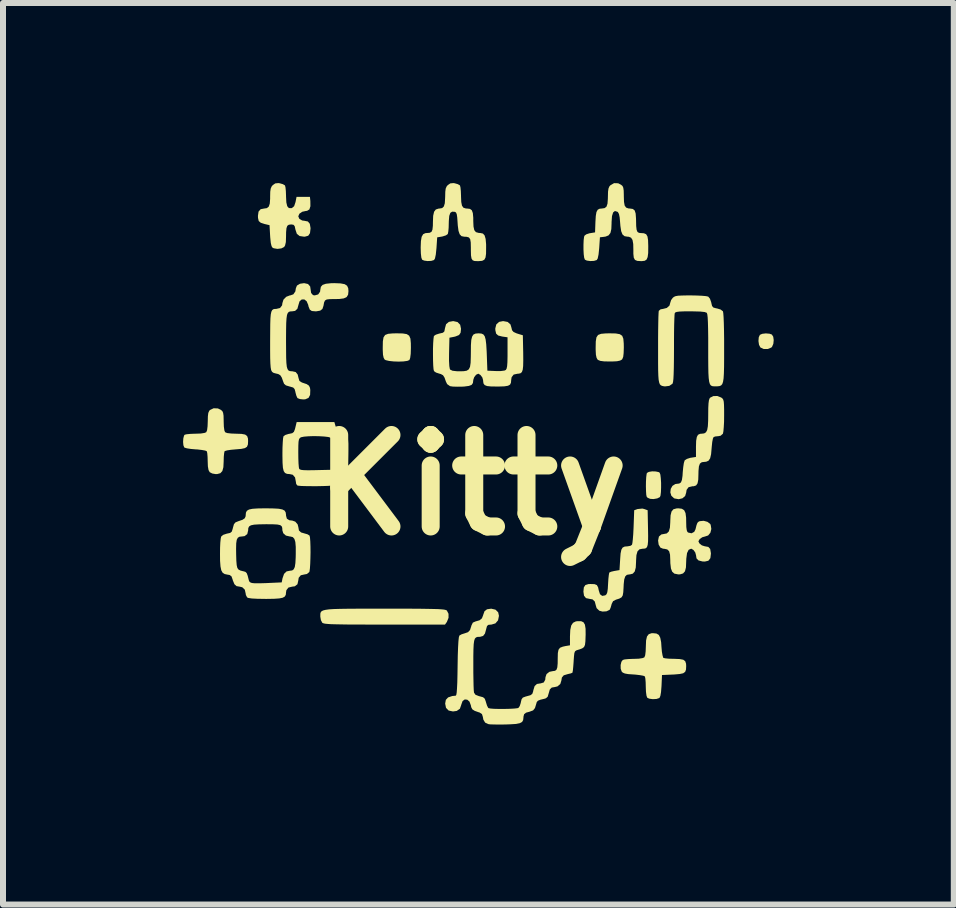
<source format=kicad_pcb>
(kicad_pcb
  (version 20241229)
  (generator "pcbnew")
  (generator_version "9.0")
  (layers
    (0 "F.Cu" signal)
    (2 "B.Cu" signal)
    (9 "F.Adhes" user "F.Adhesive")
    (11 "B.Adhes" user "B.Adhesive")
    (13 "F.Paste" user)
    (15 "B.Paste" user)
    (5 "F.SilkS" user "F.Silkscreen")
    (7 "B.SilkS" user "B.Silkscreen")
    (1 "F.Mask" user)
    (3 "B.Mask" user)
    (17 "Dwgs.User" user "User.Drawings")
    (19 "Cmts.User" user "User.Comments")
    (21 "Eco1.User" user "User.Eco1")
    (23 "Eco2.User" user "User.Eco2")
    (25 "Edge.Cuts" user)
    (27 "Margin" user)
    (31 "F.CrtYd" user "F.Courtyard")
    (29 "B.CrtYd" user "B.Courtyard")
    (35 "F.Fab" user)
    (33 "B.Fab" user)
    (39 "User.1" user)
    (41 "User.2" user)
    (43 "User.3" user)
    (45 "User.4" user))
  (footprint "Kitty"
    (layer "F.Cu")
    (at 4.814 5.031)
    (property "Reference" "Kitty" (at 0 0 0) (layer "F.SilkS") (effects (font (size 1.524 1.524) (thickness 0.3))))
    (attr board_only exclude_from_pos_files exclude_from_bom)
    (fp_poly (pts (xy 4.954 -2.522) (xy 4.994 -2.508) (xy 5.017 -2.472) (xy 5.025 -2.416) (xy 5.019 -2.354) (xy 4.998 -2.305) (xy 4.985 -2.291) (xy 4.925 -2.267) (xy 4.858 -2.267) (xy 4.805 -2.292) (xy 4.802 -2.295) (xy 4.78 -2.338) (xy 4.771 -2.4) (xy 4.776 -2.462) (xy 4.795 -2.503) (xy 4.834 -2.52) (xy 4.893 -2.527)) (stroke (width 0) (type solid)) (fill yes) (layer "F.SilkS"))
    (fp_poly (pts (xy 3.06 -0.227) (xy 3.11 -0.216) (xy 3.125 -0.206) (xy 3.137 -0.174) (xy 3.144 -0.115) (xy 3.149 -0.038) (xy 3.149 0.043) (xy 3.146 0.118) (xy 3.139 0.175) (xy 3.129 0.2) (xy 3.085 0.222) (xy 3.022 0.233) (xy 2.966 0.229) (xy 2.925 0.211) (xy 2.91 0.196) (xy 2.902 0.163) (xy 2.898 0.102) (xy 2.896 0.024) (xy 2.897 -0.057) (xy 2.901 -0.131) (xy 2.908 -0.184) (xy 2.913 -0.202) (xy 2.945 -0.22) (xy 3 -0.229)) (stroke (width 0) (type solid)) (fill yes) (layer "F.SilkS"))
    (fp_poly (pts (xy -1.154 -2.526) (xy -1.088 -2.515) (xy -1.048 -2.489) (xy -1.027 -2.441) (xy -1.02 -2.364) (xy -1.019 -2.286) (xy -1.022 -2.187) (xy -1.031 -2.118) (xy -1.044 -2.083) (xy -1.079 -2.069) (xy -1.143 -2.06) (xy -1.223 -2.057) (xy -1.307 -2.06) (xy -1.382 -2.068) (xy -1.437 -2.081) (xy -1.456 -2.091) (xy -1.473 -2.121) (xy -1.484 -2.172) (xy -1.488 -2.254) (xy -1.488 -2.293) (xy -1.486 -2.394) (xy -1.475 -2.461) (xy -1.448 -2.501) (xy -1.398 -2.52) (xy -1.319 -2.527) (xy -1.254 -2.528)) (stroke (width 0) (type solid)) (fill yes) (layer "F.SilkS"))
    (fp_poly (pts (xy 2.394 -2.526) (xy 2.461 -2.514) (xy 2.501 -2.487) (xy 2.52 -2.438) (xy 2.527 -2.358) (xy 2.528 -2.293) (xy 2.525 -2.199) (xy 2.518 -2.137) (xy 2.503 -2.1) (xy 2.496 -2.091) (xy 2.466 -2.074) (xy 2.414 -2.063) (xy 2.333 -2.059) (xy 2.293 -2.059) (xy 2.199 -2.061) (xy 2.137 -2.069) (xy 2.1 -2.084) (xy 2.091 -2.091) (xy 2.074 -2.121) (xy 2.063 -2.172) (xy 2.059 -2.254) (xy 2.059 -2.293) (xy 2.061 -2.394) (xy 2.072 -2.461) (xy 2.099 -2.501) (xy 2.149 -2.52) (xy 2.228 -2.527) (xy 2.293 -2.528)) (stroke (width 0) (type solid)) (fill yes) (layer "F.SilkS"))
    (fp_poly (pts (xy -1.474 2.059) (xy -1.458 2.059) (xy -1.226 2.059) (xy -1.033 2.059) (xy -0.873 2.06) (xy -0.744 2.062) (xy -0.642 2.064) (xy -0.565 2.066) (xy -0.507 2.07) (xy -0.467 2.074) (xy -0.441 2.08) (xy -0.425 2.086) (xy -0.419 2.091) (xy -0.392 2.144) (xy -0.392 2.211) (xy -0.418 2.276) (xy -0.419 2.279) (xy -0.451 2.324) (xy -1.457 2.324) (xy -1.688 2.324) (xy -1.882 2.323) (xy -2.042 2.323) (xy -2.171 2.321) (xy -2.273 2.319) (xy -2.35 2.317) (xy -2.408 2.313) (xy -2.448 2.309) (xy -2.474 2.303) (xy -2.49 2.297) (xy -2.496 2.292) (xy -2.518 2.25) (xy -2.528 2.193) (xy -2.528 2.191) (xy -2.528 2.162) (xy -2.527 2.138) (xy -2.52 2.117) (xy -2.506 2.101) (xy -2.48 2.088) (xy -2.439 2.078) (xy -2.381 2.07) (xy -2.302 2.065) (xy -2.198 2.062) (xy -2.066 2.06) (xy -1.904 2.059) (xy -1.708 2.059)) (stroke (width 0) (type solid)) (fill yes) (layer "F.SilkS"))
    (fp_poly (pts (xy 3.072 2.473) (xy 3.111 2.496) (xy 3.135 2.543) (xy 3.15 2.619) (xy 3.155 2.693) (xy 3.162 2.773) (xy 3.173 2.837) (xy 3.184 2.874) (xy 3.188 2.879) (xy 3.218 2.886) (xy 3.277 2.892) (xy 3.353 2.894) (xy 3.365 2.894) (xy 3.458 2.898) (xy 3.518 2.909) (xy 3.551 2.934) (xy 3.565 2.976) (xy 3.567 3.016) (xy 3.564 3.073) (xy 3.55 3.111) (xy 3.517 3.135) (xy 3.46 3.147) (xy 3.371 3.155) (xy 3.347 3.156) (xy 3.164 3.164) (xy 3.156 3.347) (xy 3.148 3.448) (xy 3.137 3.512) (xy 3.122 3.545) (xy 3.118 3.548) (xy 3.071 3.563) (xy 3.009 3.566) (xy 2.952 3.558) (xy 2.919 3.543) (xy 2.906 3.509) (xy 2.897 3.443) (xy 2.894 3.365) (xy 2.892 3.287) (xy 2.887 3.225) (xy 2.88 3.19) (xy 2.879 3.188) (xy 2.853 3.176) (xy 2.797 3.166) (xy 2.721 3.157) (xy 2.693 3.155) (xy 2.603 3.149) (xy 2.546 3.139) (xy 2.511 3.124) (xy 2.493 3.107) (xy 2.476 3.059) (xy 2.475 2.998) (xy 2.488 2.943) (xy 2.511 2.913) (xy 2.543 2.904) (xy 2.604 2.898) (xy 2.681 2.895) (xy 2.692 2.895) (xy 2.778 2.892) (xy 2.841 2.882) (xy 2.87 2.87) (xy 2.884 2.836) (xy 2.892 2.769) (xy 2.895 2.688) (xy 2.899 2.588) (xy 2.914 2.522) (xy 2.943 2.484) (xy 2.989 2.468) (xy 3.015 2.467)) (stroke (width 0) (type solid)) (fill yes) (layer "F.SilkS"))
    (fp_poly (pts (xy -4.234 -1.277) (xy -4.184 -1.253) (xy -4.16 -1.232) (xy -4.147 -1.203) (xy -4.14 -1.156) (xy -4.138 -1.08) (xy -4.138 -1.063) (xy -4.135 -0.974) (xy -4.126 -0.91) (xy -4.114 -0.881) (xy -4.08 -0.867) (xy -4.013 -0.859) (xy -3.934 -0.856) (xy -3.841 -0.853) (xy -3.781 -0.842) (xy -3.747 -0.817) (xy -3.733 -0.776) (xy -3.731 -0.735) (xy -3.734 -0.677) (xy -3.75 -0.638) (xy -3.784 -0.616) (xy -3.844 -0.603) (xy -3.938 -0.595) (xy -4.017 -0.588) (xy -4.081 -0.578) (xy -4.118 -0.567) (xy -4.123 -0.563) (xy -4.13 -0.532) (xy -4.136 -0.473) (xy -4.138 -0.399) (xy -4.138 -0.394) (xy -4.143 -0.297) (xy -4.16 -0.234) (xy -4.193 -0.198) (xy -4.245 -0.184) (xy -4.271 -0.183) (xy -4.328 -0.193) (xy -4.371 -0.215) (xy -4.371 -0.216) (xy -4.39 -0.25) (xy -4.401 -0.312) (xy -4.404 -0.394) (xy -4.406 -0.469) (xy -4.411 -0.53) (xy -4.418 -0.562) (xy -4.419 -0.563) (xy -4.445 -0.575) (xy -4.501 -0.585) (xy -4.577 -0.594) (xy -4.603 -0.595) (xy -4.683 -0.602) (xy -4.749 -0.612) (xy -4.789 -0.624) (xy -4.794 -0.627) (xy -4.809 -0.663) (xy -4.814 -0.719) (xy -4.81 -0.779) (xy -4.798 -0.825) (xy -4.787 -0.839) (xy -4.754 -0.847) (xy -4.693 -0.853) (xy -4.617 -0.856) (xy -4.606 -0.856) (xy -4.52 -0.859) (xy -4.457 -0.869) (xy -4.428 -0.881) (xy -4.414 -0.915) (xy -4.406 -0.981) (xy -4.403 -1.061) (xy -4.401 -1.147) (xy -4.394 -1.202) (xy -4.379 -1.236) (xy -4.366 -1.251) (xy -4.305 -1.28)) (stroke (width 0) (type solid)) (fill yes) (layer "F.SilkS"))
    (fp_poly (pts (xy -3.205 -5.028) (xy -3.152 -5.013) (xy -3.118 -4.993) (xy -3.116 -4.99) (xy -3.108 -4.958) (xy -3.102 -4.897) (xy -3.099 -4.82) (xy -3.099 -4.808) (xy -3.094 -4.709) (xy -3.079 -4.646) (xy -3.052 -4.615) (xy -3.011 -4.613) (xy -2.999 -4.617) (xy -2.964 -4.646) (xy -2.942 -4.712) (xy -2.941 -4.715) (xy -2.924 -4.801) (xy -2.701 -4.801) (xy -2.694 -4.732) (xy -2.693 -4.645) (xy -2.71 -4.592) (xy -2.748 -4.569) (xy -2.771 -4.566) (xy -2.83 -4.553) (xy -2.876 -4.521) (xy -2.895 -4.478) (xy -2.895 -4.477) (xy -2.877 -4.435) (xy -2.83 -4.408) (xy -2.793 -4.403) (xy -2.735 -4.391) (xy -2.703 -4.353) (xy -2.691 -4.283) (xy -2.691 -4.271) (xy -2.7 -4.197) (xy -2.729 -4.154) (xy -2.783 -4.139) (xy -2.798 -4.138) (xy -2.873 -4.149) (xy -2.919 -4.186) (xy -2.942 -4.255) (xy -2.943 -4.26) (xy -2.955 -4.313) (xy -2.974 -4.336) (xy -3.009 -4.342) (xy -3.015 -4.342) (xy -3.053 -4.337) (xy -3.078 -4.319) (xy -3.092 -4.279) (xy -3.098 -4.211) (xy -3.099 -4.138) (xy -3.102 -4.048) (xy -3.115 -3.992) (xy -3.131 -3.966) (xy -3.177 -3.943) (xy -3.242 -3.935) (xy -3.303 -3.945) (xy -3.323 -3.954) (xy -3.34 -3.98) (xy -3.353 -4.034) (xy -3.362 -4.123) (xy -3.364 -4.152) (xy -3.374 -4.33) (xy -3.455 -4.349) (xy -3.52 -4.37) (xy -3.554 -4.399) (xy -3.566 -4.451) (xy -3.567 -4.486) (xy -3.557 -4.556) (xy -3.522 -4.596) (xy -3.465 -4.607) (xy -3.418 -4.614) (xy -3.387 -4.639) (xy -3.37 -4.688) (xy -3.364 -4.769) (xy -3.364 -4.805) (xy -3.362 -4.887) (xy -3.354 -4.94) (xy -3.338 -4.976) (xy -3.32 -4.997) (xy -3.278 -5.026) (xy -3.225 -5.031)) (stroke (width 0) (type solid)) (fill yes) (layer "F.SilkS"))
    (fp_poly (pts (xy 3.494 0.394) (xy 3.533 0.418) (xy 3.556 0.466) (xy 3.566 0.544) (xy 3.567 0.612) (xy 3.569 0.698) (xy 3.576 0.751) (xy 3.588 0.781) (xy 3.601 0.791) (xy 3.656 0.803) (xy 3.701 0.779) (xy 3.722 0.737) (xy 3.739 0.668) (xy 3.754 0.629) (xy 3.773 0.61) (xy 3.793 0.601) (xy 3.858 0.595) (xy 3.921 0.612) (xy 3.966 0.646) (xy 3.975 0.662) (xy 3.986 0.731) (xy 3.97 0.794) (xy 3.933 0.839) (xy 3.882 0.856) (xy 3.835 0.869) (xy 3.792 0.899) (xy 3.772 0.934) (xy 3.771 0.938) (xy 3.788 0.972) (xy 3.828 1.004) (xy 3.875 1.019) (xy 3.88 1.02) (xy 3.936 1.03) (xy 3.967 1.064) (xy 3.978 1.129) (xy 3.979 1.142) (xy 3.97 1.217) (xy 3.937 1.26) (xy 3.877 1.274) (xy 3.837 1.272) (xy 3.772 1.255) (xy 3.739 1.221) (xy 3.731 1.169) (xy 3.718 1.122) (xy 3.688 1.081) (xy 3.653 1.06) (xy 3.649 1.06) (xy 3.608 1.078) (xy 3.581 1.133) (xy 3.569 1.225) (xy 3.567 1.274) (xy 3.563 1.372) (xy 3.547 1.436) (xy 3.515 1.472) (xy 3.465 1.487) (xy 3.435 1.488) (xy 3.37 1.475) (xy 3.334 1.443) (xy 3.313 1.389) (xy 3.303 1.301) (xy 3.302 1.25) (xy 3.298 1.159) (xy 3.283 1.102) (xy 3.252 1.072) (xy 3.202 1.061) (xy 3.182 1.06) (xy 3.138 1.042) (xy 3.108 0.991) (xy 3.099 0.923) (xy 3.113 0.857) (xy 3.154 0.822) (xy 3.193 0.815) (xy 3.244 0.805) (xy 3.278 0.772) (xy 3.296 0.71) (xy 3.302 0.614) (xy 3.302 0.601) (xy 3.307 0.504) (xy 3.323 0.44) (xy 3.354 0.403) (xy 3.405 0.389) (xy 3.435 0.387)) (stroke (width 0) (type solid)) (fill yes) (layer "F.SilkS"))
    (fp_poly (pts (xy 4.152 -1.458) (xy 4.154 -1.456) (xy 4.173 -1.441) (xy 4.185 -1.421) (xy 4.193 -1.388) (xy 4.197 -1.336) (xy 4.199 -1.257) (xy 4.199 -1.159) (xy 4.198 -1.056) (xy 4.193 -0.966) (xy 4.187 -0.896) (xy 4.179 -0.857) (xy 4.178 -0.855) (xy 4.14 -0.822) (xy 4.102 -0.815) (xy 4.052 -0.81) (xy 4.024 -0.8) (xy 4.012 -0.774) (xy 4.001 -0.718) (xy 3.993 -0.642) (xy 3.991 -0.618) (xy 3.982 -0.515) (xy 3.966 -0.446) (xy 3.939 -0.406) (xy 3.9 -0.389) (xy 3.875 -0.387) (xy 3.827 -0.381) (xy 3.796 -0.358) (xy 3.779 -0.311) (xy 3.772 -0.233) (xy 3.771 -0.183) (xy 3.768 -0.089) (xy 3.756 -0.028) (xy 3.732 0.006) (xy 3.693 0.019) (xy 3.669 0.02) (xy 3.607 0.035) (xy 3.574 0.079) (xy 3.567 0.124) (xy 3.55 0.181) (xy 3.505 0.22) (xy 3.442 0.235) (xy 3.374 0.223) (xy 3.363 0.218) (xy 3.32 0.178) (xy 3.303 0.122) (xy 3.31 0.063) (xy 3.338 0.013) (xy 3.385 -0.017) (xy 3.411 -0.021) (xy 3.452 -0.026) (xy 3.48 -0.045) (xy 3.496 -0.086) (xy 3.506 -0.155) (xy 3.51 -0.218) (xy 3.518 -0.3) (xy 3.528 -0.367) (xy 3.541 -0.409) (xy 3.544 -0.414) (xy 3.579 -0.436) (xy 3.635 -0.454) (xy 3.649 -0.456) (xy 3.73 -0.469) (xy 3.73 -0.638) (xy 3.733 -0.737) (xy 3.744 -0.801) (xy 3.764 -0.838) (xy 3.798 -0.854) (xy 3.825 -0.856) (xy 3.867 -0.861) (xy 3.897 -0.88) (xy 3.917 -0.918) (xy 3.928 -0.98) (xy 3.933 -1.074) (xy 3.934 -1.172) (xy 3.935 -1.284) (xy 3.939 -1.362) (xy 3.946 -1.413) (xy 3.957 -1.444) (xy 3.966 -1.456) (xy 4.02 -1.483) (xy 4.087 -1.484)) (stroke (width 0) (type solid)) (fill yes) (layer "F.SilkS"))
    (fp_poly (pts (xy 2.869 0.399) (xy 2.925 0.419) (xy 2.931 0.723) (xy 2.933 0.847) (xy 2.932 0.936) (xy 2.926 0.996) (xy 2.914 1.033) (xy 2.895 1.052) (xy 2.867 1.059) (xy 2.84 1.06) (xy 2.789 1.07) (xy 2.756 1.104) (xy 2.738 1.167) (xy 2.732 1.263) (xy 2.732 1.274) (xy 2.727 1.374) (xy 2.71 1.439) (xy 2.678 1.475) (xy 2.629 1.488) (xy 2.621 1.488) (xy 2.579 1.495) (xy 2.552 1.521) (xy 2.535 1.571) (xy 2.526 1.653) (xy 2.524 1.701) (xy 2.519 1.785) (xy 2.51 1.838) (xy 2.49 1.87) (xy 2.453 1.891) (xy 2.396 1.909) (xy 2.349 1.934) (xy 2.325 1.981) (xy 2.322 1.995) (xy 2.307 2.046) (xy 2.292 2.077) (xy 2.29 2.079) (xy 2.239 2.103) (xy 2.173 2.107) (xy 2.12 2.093) (xy 2.075 2.05) (xy 2.062 2.007) (xy 2.044 1.939) (xy 2.007 1.904) (xy 1.959 1.896) (xy 1.898 1.883) (xy 1.865 1.843) (xy 1.855 1.775) (xy 1.862 1.704) (xy 1.888 1.665) (xy 1.939 1.649) (xy 1.972 1.648) (xy 2.04 1.65) (xy 2.079 1.666) (xy 2.1 1.704) (xy 2.11 1.752) (xy 2.131 1.818) (xy 2.168 1.846) (xy 2.218 1.837) (xy 2.221 1.835) (xy 2.24 1.818) (xy 2.253 1.785) (xy 2.261 1.728) (xy 2.266 1.643) (xy 2.271 1.563) (xy 2.278 1.499) (xy 2.285 1.461) (xy 2.288 1.456) (xy 2.317 1.443) (xy 2.368 1.431) (xy 2.38 1.429) (xy 2.456 1.416) (xy 2.467 1.237) (xy 2.474 1.14) (xy 2.487 1.077) (xy 2.508 1.041) (xy 2.543 1.024) (xy 2.593 1.02) (xy 2.64 1.011) (xy 2.664 0.994) (xy 2.671 0.965) (xy 2.678 0.904) (xy 2.685 0.818) (xy 2.69 0.717) (xy 2.691 0.694) (xy 2.701 0.419) (xy 2.757 0.399) (xy 2.838 0.391)) (stroke (width 0) (type solid)) (fill yes) (layer "F.SilkS"))
    (fp_poly (pts (xy -2.276 -0.989) (xy -2.253 -0.92) (xy -2.228 -0.882) (xy -2.194 -0.865) (xy -2.165 -0.86) (xy -2.126 -0.854) (xy -2.097 -0.839) (xy -2.078 -0.811) (xy -2.067 -0.764) (xy -2.062 -0.691) (xy -2.062 -0.587) (xy -2.063 -0.507) (xy -2.069 -0.215) (xy -2.13 -0.197) (xy -2.199 -0.173) (xy -2.237 -0.148) (xy -2.258 -0.112) (xy -2.265 -0.082) (xy -2.283 -0.031) (xy -2.305 0.002) (xy -2.307 0.002) (xy -2.335 0.008) (xy -2.396 0.013) (xy -2.478 0.016) (xy -2.573 0.018) (xy -2.672 0.018) (xy -2.764 0.017) (xy -2.842 0.015) (xy -2.894 0.01) (xy -2.91 0.007) (xy -2.93 -0.019) (xy -2.935 -0.054) (xy -2.949 -0.128) (xy -2.987 -0.172) (xy -3.037 -0.183) (xy -3.083 -0.187) (xy -3.116 -0.202) (xy -3.138 -0.234) (xy -3.151 -0.288) (xy -3.157 -0.371) (xy -3.159 -0.487) (xy -3.159 -0.516) (xy -3.159 -0.541) (xy -2.895 -0.541) (xy -2.894 -0.445) (xy -2.891 -0.362) (xy -2.886 -0.302) (xy -2.882 -0.276) (xy -2.872 -0.263) (xy -2.849 -0.254) (xy -2.808 -0.249) (xy -2.74 -0.247) (xy -2.641 -0.248) (xy -2.602 -0.249) (xy -2.334 -0.255) (xy -2.328 -0.509) (xy -2.327 -0.617) (xy -2.327 -0.692) (xy -2.332 -0.74) (xy -2.34 -0.769) (xy -2.354 -0.787) (xy -2.358 -0.79) (xy -2.394 -0.801) (xy -2.46 -0.809) (xy -2.545 -0.814) (xy -2.637 -0.816) (xy -2.726 -0.813) (xy -2.8 -0.807) (xy -2.849 -0.797) (xy -2.855 -0.794) (xy -2.872 -0.781) (xy -2.884 -0.759) (xy -2.891 -0.721) (xy -2.894 -0.658) (xy -2.895 -0.563) (xy -2.895 -0.541) (xy -3.159 -0.541) (xy -3.158 -0.619) (xy -3.154 -0.708) (xy -3.149 -0.775) (xy -3.142 -0.811) (xy -3.141 -0.813) (xy -3.111 -0.835) (xy -3.058 -0.852) (xy -3.045 -0.854) (xy -2.995 -0.865) (xy -2.968 -0.887) (xy -2.951 -0.931) (xy -2.944 -0.958) (xy -2.922 -1.05) (xy -2.294 -1.05)) (stroke (width 0) (type solid)) (fill yes) (layer "F.SilkS"))
    (fp_poly (pts (xy 2.434 -5.028) (xy 2.482 -5.003) (xy 2.506 -4.983) (xy 2.519 -4.954) (xy 2.526 -4.907) (xy 2.528 -4.831) (xy 2.528 -4.814) (xy 2.531 -4.719) (xy 2.542 -4.657) (xy 2.566 -4.623) (xy 2.604 -4.609) (xy 2.63 -4.607) (xy 2.678 -4.6) (xy 2.709 -4.575) (xy 2.725 -4.525) (xy 2.731 -4.444) (xy 2.732 -4.411) (xy 2.734 -4.315) (xy 2.741 -4.253) (xy 2.756 -4.217) (xy 2.781 -4.202) (xy 2.806 -4.199) (xy 2.863 -4.195) (xy 2.9 -4.179) (xy 2.922 -4.142) (xy 2.932 -4.08) (xy 2.935 -3.985) (xy 2.935 -3.968) (xy 2.934 -3.866) (xy 2.925 -3.798) (xy 2.907 -3.757) (xy 2.877 -3.737) (xy 2.829 -3.731) (xy 2.814 -3.731) (xy 2.752 -3.735) (xy 2.714 -3.751) (xy 2.694 -3.788) (xy 2.687 -3.853) (xy 2.687 -3.915) (xy 2.685 -4.016) (xy 2.673 -4.083) (xy 2.649 -4.121) (xy 2.611 -4.137) (xy 2.591 -4.138) (xy 2.541 -4.146) (xy 2.506 -4.175) (xy 2.484 -4.23) (xy 2.471 -4.317) (xy 2.467 -4.368) (xy 2.459 -4.459) (xy 2.447 -4.516) (xy 2.43 -4.547) (xy 2.422 -4.553) (xy 2.38 -4.566) (xy 2.35 -4.542) (xy 2.331 -4.481) (xy 2.324 -4.381) (xy 2.324 -4.363) (xy 2.32 -4.265) (xy 2.305 -4.2) (xy 2.274 -4.16) (xy 2.225 -4.14) (xy 2.191 -4.135) (xy 2.13 -4.128) (xy 2.118 -3.948) (xy 2.107 -3.841) (xy 2.093 -3.775) (xy 2.077 -3.749) (xy 2.031 -3.735) (xy 1.97 -3.732) (xy 1.912 -3.74) (xy 1.88 -3.755) (xy 1.868 -3.786) (xy 1.86 -3.846) (xy 1.856 -3.923) (xy 1.856 -4.005) (xy 1.859 -4.08) (xy 1.866 -4.136) (xy 1.874 -4.156) (xy 1.904 -4.178) (xy 1.957 -4.195) (xy 1.97 -4.197) (xy 2.049 -4.21) (xy 2.055 -4.382) (xy 2.061 -4.482) (xy 2.072 -4.548) (xy 2.093 -4.587) (xy 2.125 -4.604) (xy 2.159 -4.607) (xy 2.208 -4.614) (xy 2.239 -4.638) (xy 2.256 -4.687) (xy 2.262 -4.767) (xy 2.263 -4.805) (xy 2.265 -4.888) (xy 2.273 -4.942) (xy 2.289 -4.978) (xy 2.304 -4.994) (xy 2.365 -5.03)) (stroke (width 0) (type solid)) (fill yes) (layer "F.SilkS"))
    (fp_poly (pts (xy -0.29 -5.028) (xy -0.237 -5.013) (xy -0.203 -4.993) (xy -0.201 -4.99) (xy -0.193 -4.958) (xy -0.187 -4.897) (xy -0.184 -4.821) (xy -0.184 -4.81) (xy -0.18 -4.716) (xy -0.168 -4.655) (xy -0.144 -4.621) (xy -0.104 -4.608) (xy -0.082 -4.607) (xy -0.035 -4.601) (xy -0.004 -4.578) (xy 0.013 -4.531) (xy 0.02 -4.453) (xy 0.02 -4.4) (xy 0.024 -4.307) (xy 0.037 -4.247) (xy 0.064 -4.214) (xy 0.11 -4.201) (xy 0.139 -4.199) (xy 0.181 -4.19) (xy 0.209 -4.159) (xy 0.226 -4.101) (xy 0.234 -4.01) (xy 0.234 -3.951) (xy 0.233 -3.854) (xy 0.224 -3.791) (xy 0.204 -3.754) (xy 0.168 -3.736) (xy 0.111 -3.731) (xy 0.089 -3.731) (xy 0.041 -3.733) (xy 0.01 -3.745) (xy -0.009 -3.774) (xy -0.018 -3.827) (xy -0.02 -3.91) (xy -0.02 -3.954) (xy -0.022 -4.042) (xy -0.031 -4.096) (xy -0.052 -4.125) (xy -0.089 -4.136) (xy -0.132 -4.138) (xy -0.176 -4.147) (xy -0.206 -4.178) (xy -0.226 -4.235) (xy -0.238 -4.326) (xy -0.241 -4.372) (xy -0.247 -4.459) (xy -0.255 -4.512) (xy -0.267 -4.54) (xy -0.285 -4.552) (xy -0.332 -4.555) (xy -0.362 -4.535) (xy -0.38 -4.485) (xy -0.387 -4.401) (xy -0.388 -4.367) (xy -0.39 -4.287) (xy -0.396 -4.223) (xy -0.404 -4.184) (xy -0.406 -4.181) (xy -0.436 -4.16) (xy -0.489 -4.143) (xy -0.502 -4.14) (xy -0.581 -4.127) (xy -0.593 -3.947) (xy -0.604 -3.841) (xy -0.618 -3.775) (xy -0.634 -3.749) (xy -0.68 -3.735) (xy -0.742 -3.732) (xy -0.799 -3.74) (xy -0.832 -3.755) (xy -0.845 -3.79) (xy -0.853 -3.859) (xy -0.856 -3.957) (xy -0.852 -4.064) (xy -0.84 -4.136) (xy -0.815 -4.179) (xy -0.778 -4.197) (xy -0.754 -4.199) (xy -0.706 -4.203) (xy -0.676 -4.219) (xy -0.66 -4.255) (xy -0.653 -4.319) (xy -0.652 -4.384) (xy -0.648 -4.486) (xy -0.633 -4.553) (xy -0.604 -4.591) (xy -0.559 -4.606) (xy -0.543 -4.607) (xy -0.498 -4.615) (xy -0.47 -4.642) (xy -0.454 -4.695) (xy -0.449 -4.781) (xy -0.448 -4.805) (xy -0.446 -4.887) (xy -0.439 -4.94) (xy -0.423 -4.976) (xy -0.405 -4.997) (xy -0.363 -5.026) (xy -0.31 -5.031)) (stroke (width 0) (type solid)) (fill yes) (layer "F.SilkS"))
    (fp_poly (pts (xy 3.741 -3.158) (xy 3.83 -3.154) (xy 3.897 -3.148) (xy 3.933 -3.14) (xy 3.934 -3.14) (xy 3.963 -3.105) (xy 3.984 -3.045) (xy 3.985 -3.038) (xy 3.998 -2.984) (xy 4.02 -2.958) (xy 4.065 -2.945) (xy 4.08 -2.943) (xy 4.14 -2.925) (xy 4.177 -2.897) (xy 4.18 -2.893) (xy 4.185 -2.863) (xy 4.19 -2.797) (xy 4.194 -2.7) (xy 4.197 -2.577) (xy 4.199 -2.433) (xy 4.199 -2.288) (xy 4.199 -2.11) (xy 4.198 -1.969) (xy 4.195 -1.86) (xy 4.19 -1.778) (xy 4.181 -1.721) (xy 4.168 -1.683) (xy 4.149 -1.661) (xy 4.125 -1.65) (xy 4.094 -1.646) (xy 4.073 -1.645) (xy 4.034 -1.645) (xy 4.003 -1.648) (xy 3.979 -1.659) (xy 3.962 -1.682) (xy 3.95 -1.722) (xy 3.942 -1.783) (xy 3.937 -1.868) (xy 3.935 -1.982) (xy 3.934 -2.13) (xy 3.934 -2.271) (xy 3.934 -2.456) (xy 3.932 -2.602) (xy 3.929 -2.714) (xy 3.925 -2.793) (xy 3.919 -2.844) (xy 3.911 -2.868) (xy 3.91 -2.87) (xy 3.875 -2.883) (xy 3.801 -2.891) (xy 3.686 -2.894) (xy 3.637 -2.895) (xy 3.53 -2.894) (xy 3.457 -2.891) (xy 3.411 -2.885) (xy 3.386 -2.876) (xy 3.376 -2.862) (xy 3.373 -2.834) (xy 3.37 -2.771) (xy 3.367 -2.678) (xy 3.365 -2.561) (xy 3.364 -2.426) (xy 3.364 -2.279) (xy 3.364 -2.275) (xy 3.363 -2.096) (xy 3.361 -1.954) (xy 3.358 -1.846) (xy 3.354 -1.769) (xy 3.348 -1.718) (xy 3.34 -1.691) (xy 3.338 -1.688) (xy 3.286 -1.653) (xy 3.214 -1.644) (xy 3.19 -1.647) (xy 3.164 -1.653) (xy 3.144 -1.663) (xy 3.128 -1.68) (xy 3.117 -1.709) (xy 3.108 -1.755) (xy 3.103 -1.821) (xy 3.1 -1.913) (xy 3.099 -2.035) (xy 3.099 -2.191) (xy 3.099 -2.284) (xy 3.099 -2.436) (xy 3.1 -2.575) (xy 3.102 -2.697) (xy 3.104 -2.796) (xy 3.107 -2.865) (xy 3.11 -2.901) (xy 3.111 -2.903) (xy 3.14 -2.928) (xy 3.181 -2.935) (xy 3.244 -2.951) (xy 3.289 -2.991) (xy 3.302 -3.039) (xy 3.316 -3.082) (xy 3.343 -3.119) (xy 3.364 -3.136) (xy 3.392 -3.148) (xy 3.434 -3.155) (xy 3.499 -3.158) (xy 3.593 -3.16) (xy 3.64 -3.16)) (stroke (width 0) (type solid)) (fill yes) (layer "F.SilkS"))
    (fp_poly (pts (xy -2.191 -3.36) (xy -2.122 -3.347) (xy -2.082 -3.321) (xy -2.063 -3.279) (xy -2.059 -3.231) (xy -2.065 -3.172) (xy -2.089 -3.133) (xy -2.137 -3.11) (xy -2.214 -3.1) (xy -2.285 -3.099) (xy -2.369 -3.098) (xy -2.421 -3.092) (xy -2.45 -3.075) (xy -2.465 -3.043) (xy -2.475 -2.989) (xy -2.475 -2.988) (xy -2.493 -2.934) (xy -2.53 -2.906) (xy -2.594 -2.895) (xy -2.613 -2.895) (xy -2.67 -2.9) (xy -2.703 -2.923) (xy -2.724 -2.974) (xy -2.73 -3.003) (xy -2.756 -3.063) (xy -2.795 -3.093) (xy -2.838 -3.092) (xy -2.874 -3.061) (xy -2.891 -3.005) (xy -2.91 -2.937) (xy -2.948 -2.902) (xy -2.995 -2.895) (xy -3.027 -2.893) (xy -3.052 -2.886) (xy -3.07 -2.867) (xy -3.083 -2.833) (xy -3.091 -2.778) (xy -3.096 -2.698) (xy -3.098 -2.588) (xy -3.099 -2.444) (xy -3.099 -2.395) (xy -3.098 -2.24) (xy -3.097 -2.121) (xy -3.093 -2.033) (xy -3.086 -1.971) (xy -3.074 -1.932) (xy -3.058 -1.909) (xy -3.035 -1.899) (xy -3.005 -1.896) (xy -2.995 -1.896) (xy -2.938 -1.883) (xy -2.905 -1.842) (xy -2.891 -1.784) (xy -2.876 -1.735) (xy -2.835 -1.709) (xy -2.823 -1.705) (xy -2.755 -1.682) (xy -2.717 -1.656) (xy -2.7 -1.62) (xy -2.695 -1.584) (xy -2.698 -1.502) (xy -2.725 -1.452) (xy -2.779 -1.429) (xy -2.811 -1.427) (xy -2.867 -1.433) (xy -2.906 -1.448) (xy -2.91 -1.452) (xy -2.927 -1.489) (xy -2.942 -1.544) (xy -2.943 -1.552) (xy -2.956 -1.599) (xy -2.98 -1.625) (xy -3.03 -1.64) (xy -3.042 -1.643) (xy -3.101 -1.661) (xy -3.132 -1.688) (xy -3.146 -1.723) (xy -3.17 -1.791) (xy -3.195 -1.83) (xy -3.229 -1.85) (xy -3.255 -1.856) (xy -3.288 -1.864) (xy -3.314 -1.873) (xy -3.333 -1.889) (xy -3.347 -1.916) (xy -3.355 -1.961) (xy -3.36 -2.027) (xy -3.363 -2.119) (xy -3.364 -2.243) (xy -3.364 -2.392) (xy -3.363 -2.555) (xy -3.362 -2.682) (xy -3.359 -2.776) (xy -3.353 -2.844) (xy -3.343 -2.889) (xy -3.329 -2.916) (xy -3.309 -2.93) (xy -3.284 -2.935) (xy -3.262 -2.935) (xy -3.199 -2.95) (xy -3.165 -2.994) (xy -3.16 -3.031) (xy -3.142 -3.089) (xy -3.097 -3.136) (xy -3.039 -3.159) (xy -3.028 -3.16) (xy -2.977 -3.178) (xy -2.944 -3.226) (xy -2.935 -3.28) (xy -2.917 -3.324) (xy -2.867 -3.354) (xy -2.798 -3.364) (xy -2.733 -3.35) (xy -2.697 -3.309) (xy -2.691 -3.269) (xy -2.681 -3.2) (xy -2.65 -3.165) (xy -2.621 -3.16) (xy -2.564 -3.176) (xy -2.532 -3.222) (xy -2.528 -3.254) (xy -2.519 -3.303) (xy -2.49 -3.335) (xy -2.435 -3.354) (xy -2.348 -3.363) (xy -2.293 -3.364)) (stroke (width 0) (type solid)) (fill yes) (layer "F.SilkS"))
    (fp_poly (pts (xy 0.593 -2.718) (xy 0.64 -2.676) (xy 0.656 -2.622) (xy 0.666 -2.58) (xy 0.691 -2.551) (xy 0.741 -2.528) (xy 0.785 -2.514) (xy 0.846 -2.496) (xy 0.852 -2.204) (xy 0.853 -2.077) (xy 0.851 -1.984) (xy 0.844 -1.922) (xy 0.83 -1.883) (xy 0.807 -1.863) (xy 0.775 -1.856) (xy 0.756 -1.855) (xy 0.693 -1.841) (xy 0.659 -1.797) (xy 0.652 -1.754) (xy 0.648 -1.706) (xy 0.633 -1.674) (xy 0.599 -1.655) (xy 0.54 -1.645) (xy 0.449 -1.642) (xy 0.418 -1.642) (xy 0.317 -1.643) (xy 0.25 -1.65) (xy 0.21 -1.666) (xy 0.19 -1.694) (xy 0.184 -1.737) (xy 0.184 -1.747) (xy 0.171 -1.793) (xy 0.14 -1.834) (xy 0.106 -1.855) (xy 0.102 -1.855) (xy 0.067 -1.838) (xy 0.036 -1.798) (xy 0.02 -1.752) (xy 0.02 -1.747) (xy 0.014 -1.7) (xy -0.008 -1.669) (xy -0.053 -1.652) (xy -0.129 -1.642) (xy -0.165 -1.64) (xy -0.247 -1.639) (xy -0.319 -1.641) (xy -0.366 -1.648) (xy -0.367 -1.648) (xy -0.415 -1.682) (xy -0.435 -1.723) (xy -0.459 -1.791) (xy -0.484 -1.83) (xy -0.521 -1.85) (xy -0.55 -1.858) (xy -0.601 -1.875) (xy -0.633 -1.898) (xy -0.634 -1.899) (xy -0.642 -1.931) (xy -0.647 -1.993) (xy -0.65 -2.077) (xy -0.651 -2.173) (xy -0.651 -2.271) (xy -0.648 -2.36) (xy -0.643 -2.432) (xy -0.637 -2.477) (xy -0.634 -2.485) (xy -0.603 -2.506) (xy -0.55 -2.523) (xy -0.537 -2.526) (xy -0.486 -2.538) (xy -0.462 -2.559) (xy -0.453 -2.603) (xy -0.452 -2.61) (xy -0.433 -2.68) (xy -0.386 -2.719) (xy -0.314 -2.732) (xy -0.242 -2.716) (xy -0.198 -2.671) (xy -0.184 -2.603) (xy -0.191 -2.538) (xy -0.217 -2.5) (xy -0.273 -2.477) (xy -0.296 -2.471) (xy -0.377 -2.455) (xy -0.383 -2.204) (xy -0.384 -2.073) (xy -0.379 -1.982) (xy -0.37 -1.932) (xy -0.365 -1.924) (xy -0.326 -1.905) (xy -0.248 -1.896) (xy -0.213 -1.896) (xy -0.14 -1.897) (xy -0.088 -1.906) (xy -0.054 -1.929) (xy -0.034 -1.97) (xy -0.024 -2.037) (xy -0.021 -2.135) (xy -0.02 -2.212) (xy -0.019 -2.332) (xy -0.013 -2.418) (xy 0.001 -2.474) (xy 0.023 -2.508) (xy 0.058 -2.524) (xy 0.107 -2.528) (xy 0.111 -2.528) (xy 0.156 -2.524) (xy 0.188 -2.51) (xy 0.211 -2.479) (xy 0.226 -2.426) (xy 0.236 -2.345) (xy 0.243 -2.231) (xy 0.245 -2.183) (xy 0.255 -1.906) (xy 0.394 -1.9) (xy 0.48 -1.9) (xy 0.541 -1.908) (xy 0.562 -1.918) (xy 0.575 -1.939) (xy 0.584 -1.98) (xy 0.589 -2.048) (xy 0.591 -2.149) (xy 0.591 -2.202) (xy 0.591 -2.462) (xy 0.501 -2.475) (xy 0.435 -2.492) (xy 0.401 -2.523) (xy 0.388 -2.58) (xy 0.387 -2.61) (xy 0.404 -2.677) (xy 0.451 -2.719) (xy 0.517 -2.732)) (stroke (width 0) (type solid)) (fill yes) (layer "F.SilkS"))
    (fp_poly (pts (xy -3.31 0.389) (xy -3.22 0.394) (xy -3.16 0.406) (xy -3.123 0.425) (xy -3.105 0.455) (xy -3.099 0.497) (xy -3.099 0.509) (xy -3.085 0.56) (xy -3.043 0.586) (xy -2.996 0.591) (xy -2.945 0.609) (xy -2.906 0.654) (xy -2.894 0.7) (xy -2.884 0.756) (xy -2.848 0.789) (xy -2.793 0.805) (xy -2.741 0.82) (xy -2.709 0.84) (xy -2.707 0.842) (xy -2.7 0.874) (xy -2.695 0.937) (xy -2.692 1.022) (xy -2.691 1.118) (xy -2.693 1.218) (xy -2.696 1.31) (xy -2.701 1.386) (xy -2.708 1.437) (xy -2.712 1.449) (xy -2.751 1.481) (xy -2.789 1.488) (xy -2.853 1.502) (xy -2.888 1.544) (xy -2.895 1.59) (xy -2.909 1.652) (xy -2.953 1.686) (xy -2.997 1.692) (xy -3.059 1.707) (xy -3.093 1.75) (xy -3.099 1.786) (xy -3.103 1.827) (xy -3.119 1.856) (xy -3.153 1.876) (xy -3.211 1.888) (xy -3.297 1.894) (xy -3.417 1.896) (xy -3.442 1.896) (xy -3.576 1.894) (xy -3.671 1.889) (xy -3.728 1.88) (xy -3.747 1.871) (xy -3.768 1.831) (xy -3.771 1.809) (xy -3.786 1.742) (xy -3.828 1.702) (xy -3.871 1.692) (xy -3.924 1.683) (xy -3.959 1.651) (xy -3.985 1.588) (xy -3.99 1.57) (xy -4.008 1.52) (xy -4.038 1.498) (xy -4.073 1.492) (xy -4.121 1.482) (xy -4.155 1.46) (xy -4.178 1.419) (xy -4.191 1.355) (xy -4.198 1.26) (xy -4.199 1.146) (xy -4.198 1.059) (xy -3.931 1.059) (xy -3.93 1.152) (xy -3.927 1.259) (xy -3.921 1.333) (xy -3.91 1.38) (xy -3.891 1.407) (xy -3.86 1.423) (xy -3.814 1.435) (xy -3.808 1.436) (xy -3.775 1.446) (xy -3.754 1.467) (xy -3.738 1.509) (xy -3.722 1.573) (xy -3.714 1.601) (xy -3.698 1.619) (xy -3.668 1.631) (xy -3.619 1.636) (xy -3.544 1.636) (xy -3.436 1.633) (xy -3.395 1.631) (xy -3.171 1.621) (xy -3.158 1.554) (xy -3.132 1.479) (xy -3.09 1.438) (xy -3.036 1.427) (xy -2.997 1.422) (xy -2.971 1.403) (xy -2.953 1.364) (xy -2.943 1.298) (xy -2.938 1.201) (xy -2.937 1.147) (xy -2.937 1.03) (xy -2.944 0.948) (xy -2.96 0.896) (xy -2.986 0.867) (xy -3.024 0.857) (xy -3.037 0.856) (xy -3.101 0.841) (xy -3.145 0.802) (xy -3.16 0.754) (xy -3.162 0.713) (xy -3.172 0.685) (xy -3.196 0.667) (xy -3.242 0.657) (xy -3.315 0.653) (xy -3.421 0.652) (xy -3.433 0.652) (xy -3.549 0.654) (xy -3.631 0.659) (xy -3.684 0.67) (xy -3.714 0.689) (xy -3.728 0.717) (xy -3.73 0.754) (xy -3.745 0.816) (xy -3.789 0.85) (xy -3.834 0.856) (xy -3.874 0.86) (xy -3.902 0.877) (xy -3.92 0.911) (xy -3.929 0.97) (xy -3.931 1.059) (xy -4.198 1.059) (xy -4.198 1.046) (xy -4.194 0.958) (xy -4.187 0.892) (xy -4.18 0.858) (xy -4.18 0.858) (xy -4.146 0.829) (xy -4.089 0.81) (xy -4.081 0.808) (xy -4.03 0.797) (xy -4.003 0.775) (xy -3.988 0.729) (xy -3.983 0.709) (xy -3.967 0.652) (xy -3.941 0.621) (xy -3.894 0.602) (xy -3.824 0.578) (xy -3.787 0.553) (xy -3.772 0.519) (xy -3.771 0.5) (xy -3.767 0.458) (xy -3.751 0.428) (xy -3.716 0.407) (xy -3.659 0.395) (xy -3.572 0.389) (xy -3.451 0.387) (xy -3.435 0.387)) (stroke (width 0) (type solid)) (fill yes) (layer "F.SilkS"))
    (fp_poly (pts (xy 0.39 2.075) (xy 0.435 2.119) (xy 0.448 2.178) (xy 0.433 2.253) (xy 0.389 2.304) (xy 0.322 2.324) (xy 0.317 2.324) (xy 0.272 2.328) (xy 0.249 2.348) (xy 0.236 2.395) (xy 0.235 2.4) (xy 0.215 2.473) (xy 0.184 2.513) (xy 0.136 2.527) (xy 0.124 2.528) (xy 0.091 2.529) (xy 0.066 2.538) (xy 0.047 2.558) (xy 0.035 2.594) (xy 0.027 2.652) (xy 0.023 2.736) (xy 0.021 2.851) (xy 0.021 2.996) (xy 0.021 3.125) (xy 0.023 3.242) (xy 0.025 3.341) (xy 0.028 3.414) (xy 0.032 3.454) (xy 0.033 3.458) (xy 0.057 3.493) (xy 0.113 3.515) (xy 0.128 3.519) (xy 0.183 3.534) (xy 0.212 3.559) (xy 0.229 3.607) (xy 0.232 3.618) (xy 0.249 3.673) (xy 0.268 3.71) (xy 0.273 3.715) (xy 0.304 3.722) (xy 0.365 3.727) (xy 0.446 3.729) (xy 0.536 3.729) (xy 0.624 3.727) (xy 0.7 3.723) (xy 0.754 3.717) (xy 0.772 3.712) (xy 0.794 3.681) (xy 0.811 3.629) (xy 0.813 3.616) (xy 0.825 3.568) (xy 0.846 3.54) (xy 0.891 3.523) (xy 0.917 3.516) (xy 0.974 3.5) (xy 1.003 3.478) (xy 1.017 3.439) (xy 1.021 3.417) (xy 1.042 3.349) (xy 1.08 3.313) (xy 1.144 3.303) (xy 1.144 3.303) (xy 1.194 3.288) (xy 1.219 3.242) (xy 1.223 3.2) (xy 1.241 3.148) (xy 1.288 3.111) (xy 1.345 3.099) (xy 1.382 3.094) (xy 1.406 3.076) (xy 1.42 3.037) (xy 1.426 2.971) (xy 1.427 2.885) (xy 1.429 2.798) (xy 1.44 2.743) (xy 1.465 2.71) (xy 1.51 2.692) (xy 1.554 2.682) (xy 1.631 2.669) (xy 1.631 2.522) (xy 1.636 2.413) (xy 1.652 2.339) (xy 1.682 2.294) (xy 1.728 2.271) (xy 1.756 2.267) (xy 1.816 2.267) (xy 1.856 2.285) (xy 1.88 2.325) (xy 1.891 2.393) (xy 1.892 2.495) (xy 1.891 2.513) (xy 1.888 2.603) (xy 1.881 2.662) (xy 1.865 2.698) (xy 1.835 2.72) (xy 1.788 2.738) (xy 1.763 2.745) (xy 1.734 2.755) (xy 1.715 2.77) (xy 1.704 2.799) (xy 1.698 2.851) (xy 1.692 2.933) (xy 1.692 2.939) (xy 1.686 3.02) (xy 1.68 3.084) (xy 1.673 3.121) (xy 1.671 3.126) (xy 1.645 3.137) (xy 1.597 3.148) (xy 1.59 3.15) (xy 1.527 3.169) (xy 1.496 3.206) (xy 1.488 3.255) (xy 1.47 3.313) (xy 1.424 3.353) (xy 1.38 3.364) (xy 1.327 3.373) (xy 1.295 3.405) (xy 1.277 3.468) (xy 1.276 3.47) (xy 1.26 3.525) (xy 1.231 3.551) (xy 1.207 3.559) (xy 1.137 3.576) (xy 1.098 3.592) (xy 1.078 3.614) (xy 1.069 3.645) (xy 1.048 3.714) (xy 1.017 3.753) (xy 0.966 3.772) (xy 0.965 3.773) (xy 0.9 3.791) (xy 0.867 3.817) (xy 0.856 3.859) (xy 0.856 3.872) (xy 0.851 3.915) (xy 0.833 3.946) (xy 0.796 3.966) (xy 0.733 3.979) (xy 0.639 3.985) (xy 0.554 3.988) (xy 0.455 3.989) (xy 0.368 3.988) (xy 0.303 3.986) (xy 0.272 3.982) (xy 0.218 3.957) (xy 0.188 3.907) (xy 0.18 3.863) (xy 0.165 3.815) (xy 0.124 3.788) (xy 0.112 3.785) (xy 0.044 3.761) (xy 0.005 3.736) (xy -0.014 3.7) (xy -0.02 3.669) (xy -0.043 3.607) (xy -0.08 3.575) (xy -0.122 3.571) (xy -0.158 3.598) (xy -0.179 3.656) (xy -0.18 3.661) (xy -0.203 3.726) (xy -0.255 3.762) (xy -0.318 3.771) (xy -0.39 3.756) (xy -0.434 3.711) (xy -0.448 3.64) (xy -0.437 3.578) (xy -0.399 3.537) (xy -0.33 3.514) (xy -0.271 3.508) (xy -0.263 3.495) (xy -0.256 3.456) (xy -0.251 3.388) (xy -0.246 3.287) (xy -0.243 3.151) (xy -0.241 3.018) (xy -0.238 2.84) (xy -0.233 2.701) (xy -0.227 2.6) (xy -0.22 2.536) (xy -0.211 2.507) (xy -0.211 2.506) (xy -0.175 2.486) (xy -0.122 2.469) (xy -0.121 2.469) (xy -0.067 2.45) (xy -0.034 2.414) (xy -0.013 2.349) (xy -0.011 2.34) (xy 0.013 2.291) (xy 0.056 2.272) (xy 0.125 2.252) (xy 0.164 2.22) (xy 0.184 2.169) (xy 0.186 2.161) (xy 0.208 2.1) (xy 0.249 2.069) (xy 0.317 2.059) (xy 0.32 2.059)) (stroke (width 0) (type solid)) (fill yes) (layer "F.SilkS")))
  (gr_rect
    (start -3 -3)
    (end 12.839 12.019)
    (stroke (width 0.1) (type default))
    (fill no)
    (layer "Edge.Cuts")))
</source>
